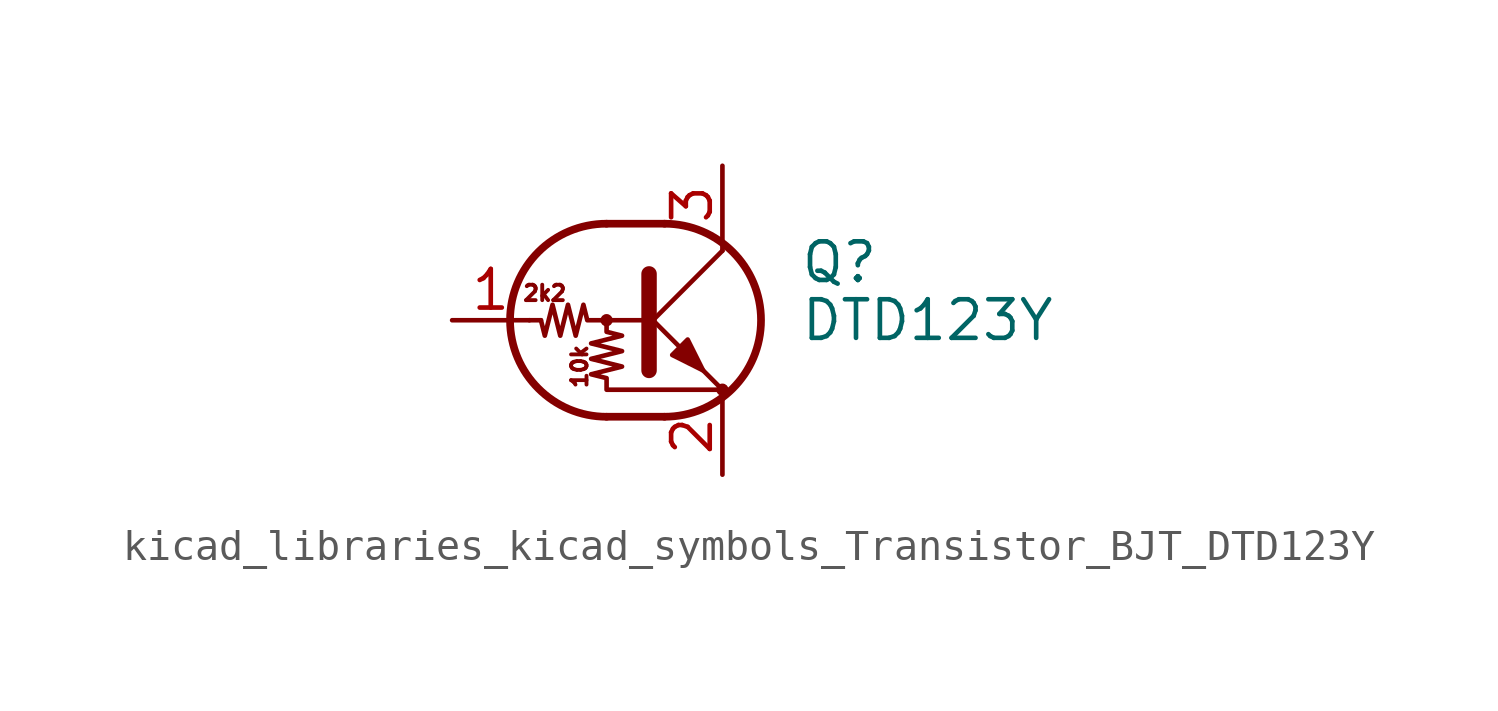
<source format=kicad_sym>
(kicad_symbol_lib
  (version 20220914)
  (generator kicad_symbol_editor)
  (symbol "kicad_libraries_kicad_symbols_Transistor_BJT_DTD123Y"
    (pin_names
      (offset 0) hide)
    (property "Reference" "Q"
      (at 5.08 1.905 0)
      (effects (font (size 1.27 1.27)) (justify left)))
    (property "Value" "DTD123Y"
      (at 5.08 0 0)
      (effects (font (size 1.27 1.27)) (justify left)))
    (symbol "kicad_libraries_kicad_symbols_Transistor_BJT_DTD123Y_0_0"
      (text "10k" (at -2.159 -1.524 900) (effects (font (size 0.508 0.508))))
      (text "2k2" (at -3.302 0.889 0) (effects (font (size 0.508 0.508)))))
    (symbol "kicad_libraries_kicad_symbols_Transistor_BJT_DTD123Y_0_1"
      (circle (center -1.27 0) (radius 0.127) (stroke (width 0) (type default)) (fill (type none)))
      (arc (start -1.27 3.175) (mid -4.4312 0) (end -1.27 -3.175) (stroke (width 0.254) (type default)) (fill (type none)))
      (polyline (pts (xy -3.429 0) (xy -3.81 0)) (stroke (width 0) (type default)) (fill (type none)))
      (polyline (pts (xy -1.27 -3.175) (xy 0.635 -3.175)) (stroke (width 0.254) (type default)) (fill (type none)))
      (polyline (pts (xy -1.27 3.175) (xy 0.635 3.175)) (stroke (width 0.254) (type default)) (fill (type none)))
      (polyline (pts (xy 0 -0.254) (xy 2.54 2.286)) (stroke (width 0) (type default)) (fill (type none)))
      (polyline (pts (xy 0.127 1.524) (xy 0.127 -1.651)) (stroke (width 0.508) (type default)) (fill (type outline)))
      (polyline (pts (xy 2.54 2.286) (xy 2.54 2.54)) (stroke (width 0) (type default)) (fill (type none)))
      (polyline (pts (xy 2.54 -2.286) (xy 0 0.254) (xy 0 0.254)) (stroke (width 0) (type default)) (fill (type none)))
      (polyline (pts (xy 0.889 -1.143) (xy 1.397 -0.635) (xy 1.905 -1.651) (xy 0.889 -1.143)) (stroke (width 0) (type default)) (fill (type outline)))
      (polyline (pts (xy 0 0) (xy -1.905 0) (xy -2.032 0.508) (xy -2.286 -0.508) (xy -2.54 0.508) (xy -2.794 -0.508) (xy -3.048 0.508) (xy -3.302 -0.508) (xy -3.429 0)) (stroke (width 0) (type default)) (fill (type none)))
      (polyline (pts (xy -1.27 0) (xy -1.27 -0.381) (xy -0.762 -0.508) (xy -1.778 -0.762) (xy -0.762 -1.016) (xy -1.778 -1.27) (xy -0.762 -1.524) (xy -1.778 -1.778) (xy -1.27 -1.905) (xy -1.27 -2.286) (xy 2.54 -2.286)) (stroke (width 0) (type default)) (fill (type none)))
      (arc (start 0.635 -3.175) (mid 3.7962 0) (end 0.635 3.175) (stroke (width 0.254) (type default)) (fill (type none)))
      (circle (center 2.54 -2.286) (radius 0.127) (stroke (width 0) (type default)) (fill (type none))))
    (symbol "kicad_libraries_kicad_symbols_Transistor_BJT_DTD123Y_1_1"
      (pin input line (at -6.35 0 0) (length 2.54) (name "B" (effects (font (size 1.27 1.27)))) (number "1" (effects (font (size 1.27 1.27)))))
      (pin passive line (at 2.54 -5.08 90) (length 2.54) (name "E" (effects (font (size 1.27 1.27)))) (number "2" (effects (font (size 1.27 1.27)))))
      (pin passive line (at 2.54 5.08 270) (length 2.54) (name "C" (effects (font (size 1.27 1.27)))) (number "3" (effects (font (size 1.27 1.27))))))))
</source>
